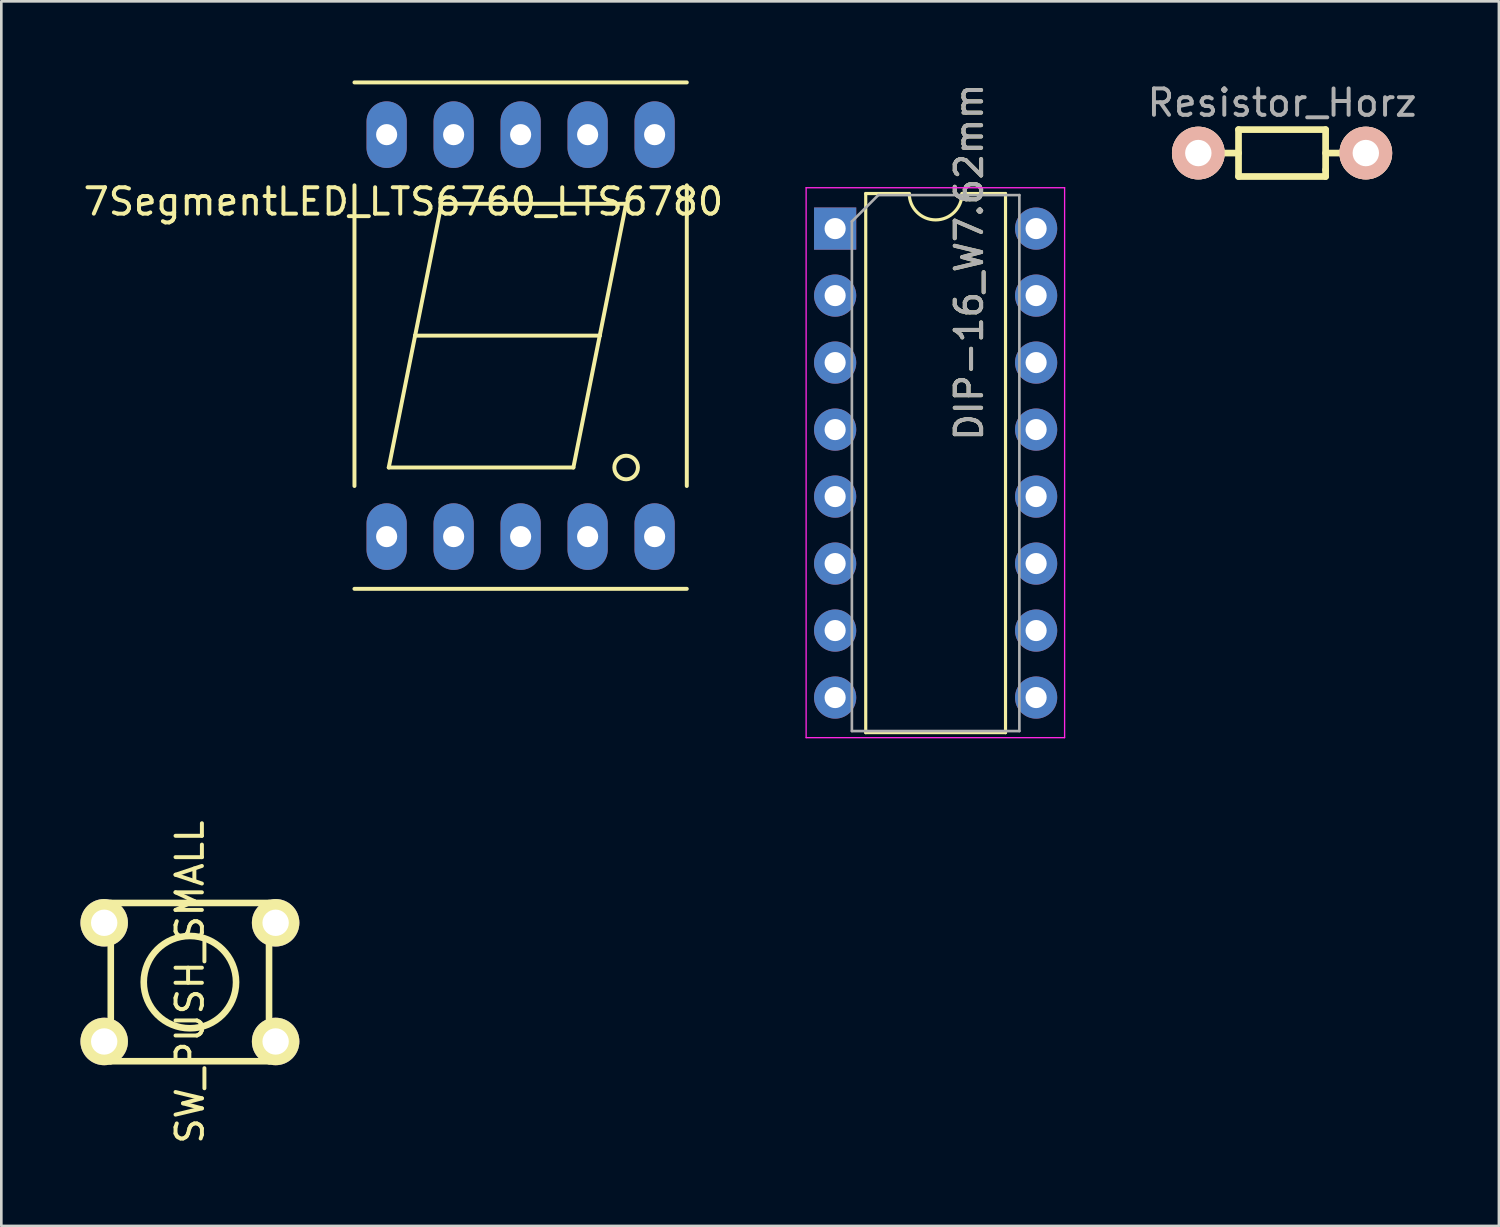
<source format=kicad_pcb>
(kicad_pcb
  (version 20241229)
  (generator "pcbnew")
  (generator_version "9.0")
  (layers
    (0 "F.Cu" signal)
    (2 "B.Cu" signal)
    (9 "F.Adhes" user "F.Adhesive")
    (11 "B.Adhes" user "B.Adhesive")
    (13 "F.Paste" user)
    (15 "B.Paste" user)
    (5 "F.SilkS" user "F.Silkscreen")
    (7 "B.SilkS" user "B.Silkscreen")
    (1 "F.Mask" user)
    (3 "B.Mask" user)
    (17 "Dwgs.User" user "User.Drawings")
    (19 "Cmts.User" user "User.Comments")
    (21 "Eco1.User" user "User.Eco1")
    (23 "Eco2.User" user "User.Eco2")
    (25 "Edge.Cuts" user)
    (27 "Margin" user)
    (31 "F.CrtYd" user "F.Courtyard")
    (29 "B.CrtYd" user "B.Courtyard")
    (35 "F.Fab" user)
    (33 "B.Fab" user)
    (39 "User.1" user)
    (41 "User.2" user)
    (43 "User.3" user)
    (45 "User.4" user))
  (footprint "SW_PUSH_SMALL"
    (layer "F.Cu")
    (at 4.15 34.186)
    (property "Reference" "SW_PUSH_SMALL" (at 0 0 90) (layer "F.SilkS") (effects (font (size 1 1) (thickness 0.15))))
    (attr through_hole)
    (fp_line (start -3 -3) (end 3 -3) (stroke (width 0.25) (type solid)) (layer "F.SilkS"))
    (fp_line (start -3 3) (end -3 -3) (stroke (width 0.25) (type solid)) (layer "F.SilkS"))
    (fp_line (start 3 -3) (end 3 3) (stroke (width 0.25) (type solid)) (layer "F.SilkS"))
    (fp_line (start 3 3) (end -3 3) (stroke (width 0.25) (type solid)) (layer "F.SilkS"))
    (fp_circle (center 0 0) (end -1.75 0) (stroke (width 0.25) (type solid)) (fill no) (layer "F.SilkS"))
    (pad "1" thru_hole circle (at -3.25 -2.25) (size 1.8 1.8) (drill 1) (layers "*.Cu" "*.Mask" "F.SilkS"))
    (pad "1" thru_hole circle (at 3.25 -2.25) (size 1.8 1.8) (drill 1) (layers "*.Cu" "*.Mask" "F.SilkS"))
    (pad "2" thru_hole circle (at -3.25 2.25) (size 1.8 1.8) (drill 1) (layers "*.Cu" "*.Mask" "F.SilkS"))
    (pad "2" thru_hole circle (at 3.25 2.25) (size 1.8 1.8) (drill 1) (layers "*.Cu" "*.Mask" "F.SilkS")))
  (footprint "7SegmentLED_LTS6760_LTS6780"
    (layer "F.Cu")
    (at 16.689 9.675)
    (property "Reference" "7SegmentLED_LTS6760_LTS6780" (at -4.445 -5.08 0) (layer "F.SilkS") (effects (font (size 1 1) (thickness 0.15))))
    (attr through_hole)
    (fp_line (start -6.3 -9.6) (end 6.3 -9.6) (stroke (width 0.15) (type solid)) (layer "F.SilkS"))
    (fp_line (start -6.3 -5.7) (end -6.3 5.7) (stroke (width 0.15) (type solid)) (layer "F.SilkS"))
    (fp_line (start -5 5) (end 2 5) (stroke (width 0.15) (type solid)) (layer "F.SilkS"))
    (fp_line (start -4 0) (end -5 5) (stroke (width 0.15) (type solid)) (layer "F.SilkS"))
    (fp_line (start -3 -5) (end -4 0) (stroke (width 0.15) (type solid)) (layer "F.SilkS"))
    (fp_line (start -3 -5) (end 4 -5) (stroke (width 0.15) (type solid)) (layer "F.SilkS"))
    (fp_line (start 2 5) (end 3 0) (stroke (width 0.15) (type solid)) (layer "F.SilkS"))
    (fp_line (start 3 0) (end -4 0) (stroke (width 0.15) (type solid)) (layer "F.SilkS"))
    (fp_line (start 4 -5) (end 3 0) (stroke (width 0.15) (type solid)) (layer "F.SilkS"))
    (fp_line (start 6.3 -5.7) (end 6.3 5.7) (stroke (width 0.15) (type solid)) (layer "F.SilkS"))
    (fp_line (start 6.3 9.6) (end -6.3 9.6) (stroke (width 0.15) (type solid)) (layer "F.SilkS"))
    (fp_circle (center 4 5) (end 4.4 5.2) (stroke (width 0.15) (type solid)) (fill no) (layer "F.SilkS"))
    (pad "1" thru_hole oval (at -5.08 7.62) (size 1.524 2.524) (drill 0.8) (layers "*.Cu" "*.Mask"))
    (pad "2" thru_hole oval (at -2.54 7.62) (size 1.524 2.524) (drill 0.8) (layers "*.Cu" "*.Mask"))
    (pad "3" thru_hole oval (at 0 7.62) (size 1.524 2.524) (drill 0.8) (layers "*.Cu" "*.Mask"))
    (pad "4" thru_hole oval (at 2.54 7.62) (size 1.524 2.524) (drill 0.8) (layers "*.Cu" "*.Mask"))
    (pad "5" thru_hole oval (at 5.08 7.62) (size 1.524 2.524) (drill 0.8) (layers "*.Cu" "*.Mask"))
    (pad "6" thru_hole oval (at 5.08 -7.62) (size 1.524 2.524) (drill 0.8) (layers "*.Cu" "*.Mask"))
    (pad "7" thru_hole oval (at 2.54 -7.62) (size 1.524 2.524) (drill 0.8) (layers "*.Cu" "*.Mask"))
    (pad "8" thru_hole oval (at 0 -7.62) (size 1.524 2.524) (drill 0.8) (layers "*.Cu" "*.Mask"))
    (pad "9" thru_hole oval (at -2.54 -7.62) (size 1.524 2.524) (drill 0.8) (layers "*.Cu" "*.Mask"))
    (pad "10" thru_hole oval (at -5.08 -7.62) (size 1.524 2.524) (drill 0.8) (layers "*.Cu" "*.Mask")))
  (footprint "Resistor_Horz"
    (layer "F.Cu")
    (at 45.558 2.753)
    (property "Reference" "Resistor_Horz" (at 0 -1.905 0) (layer "F.Fab") (effects (font (size 1 1) (thickness 0.15))))
    (attr through_hole)
    (fp_line (start -1.651 -0.889) (end 1.651 -0.889) (stroke (width 0.254) (type solid)) (layer "F.SilkS"))
    (fp_line (start -1.651 0) (end -2.413 0) (stroke (width 0.254) (type solid)) (layer "F.SilkS"))
    (fp_line (start -1.651 0.889) (end -1.651 -0.889) (stroke (width 0.254) (type solid)) (layer "F.SilkS"))
    (fp_line (start 1.651 -0.889) (end 1.651 0.635) (stroke (width 0.254) (type solid)) (layer "F.SilkS"))
    (fp_line (start 1.651 0) (end 2.413 0) (stroke (width 0.254) (type solid)) (layer "F.SilkS"))
    (fp_line (start 1.651 0.889) (end -1.651 0.889) (stroke (width 0.254) (type solid)) (layer "F.SilkS"))
    (fp_line (start 1.651 0.889) (end 1.651 0.635) (stroke (width 0.254) (type solid)) (layer "F.SilkS"))
    (pad "1" thru_hole circle (at -3.175 0) (size 1.999 1.999) (drill 1.001) (layers "*.Cu" "*.SilkS" "*.Mask"))
    (pad "2" thru_hole circle (at 3.175 0) (size 1.999 1.999) (drill 1.001) (layers "*.Cu" "*.SilkS" "*.Mask")))
  (footprint "DIP-16_W7.62mm"
    (layer "F.Cu")
    (at 28.613 5.617)
    (property "Reference" "DIP-16_W7.62mm" (at 5.08 1.27 90) (layer "F.SilkS") (effects (font (size 1 1) (thickness 0.15))))
    (attr through_hole)
    (fp_line (start 1.16 -1.33) (end 1.16 19.11) (stroke (width 0.12) (type solid)) (layer "F.SilkS"))
    (fp_line (start 1.16 19.11) (end 6.46 19.11) (stroke (width 0.12) (type solid)) (layer "F.SilkS"))
    (fp_line (start 2.81 -1.33) (end 1.16 -1.33) (stroke (width 0.12) (type solid)) (layer "F.SilkS"))
    (fp_line (start 6.46 -1.33) (end 4.81 -1.33) (stroke (width 0.12) (type solid)) (layer "F.SilkS"))
    (fp_line (start 6.46 19.11) (end 6.46 -1.33) (stroke (width 0.12) (type solid)) (layer "F.SilkS"))
    (fp_arc (start 4.81 -1.33) (mid 3.81 -0.33) (end 2.81 -1.33) (stroke (width 0.12) (type solid)) (layer "F.SilkS"))
    (fp_line (start -1.1 -1.55) (end -1.1 19.3) (stroke (width 0.05) (type solid)) (layer "F.CrtYd"))
    (fp_line (start -1.1 19.3) (end 8.7 19.3) (stroke (width 0.05) (type solid)) (layer "F.CrtYd"))
    (fp_line (start 8.7 -1.55) (end -1.1 -1.55) (stroke (width 0.05) (type solid)) (layer "F.CrtYd"))
    (fp_line (start 8.7 19.3) (end 8.7 -1.55) (stroke (width 0.05) (type solid)) (layer "F.CrtYd"))
    (fp_line (start 0.635 -0.27) (end 1.635 -1.27) (stroke (width 0.1) (type solid)) (layer "F.Fab"))
    (fp_line (start 0.635 19.05) (end 0.635 -0.27) (stroke (width 0.1) (type solid)) (layer "F.Fab"))
    (fp_line (start 1.635 -1.27) (end 6.985 -1.27) (stroke (width 0.1) (type solid)) (layer "F.Fab"))
    (fp_line (start 6.985 -1.27) (end 6.985 19.05) (stroke (width 0.1) (type solid)) (layer "F.Fab"))
    (fp_line (start 6.985 19.05) (end 0.635 19.05) (stroke (width 0.1) (type solid)) (layer "F.Fab"))
    (fp_text user "${REFERENCE}" (at 5.08 1.27 90) (layer "F.Fab") (effects (font (size 1 1) (thickness 0.15))))
    (pad "1" thru_hole rect (at 0 0) (size 1.6 1.6) (drill 0.8) (layers "*.Cu" "*.Mask"))
    (pad "2" thru_hole oval (at 0 2.54) (size 1.6 1.6) (drill 0.8) (layers "*.Cu" "*.Mask"))
    (pad "3" thru_hole oval (at 0 5.08) (size 1.6 1.6) (drill 0.8) (layers "*.Cu" "*.Mask"))
    (pad "4" thru_hole oval (at 0 7.62) (size 1.6 1.6) (drill 0.8) (layers "*.Cu" "*.Mask"))
    (pad "5" thru_hole oval (at 0 10.16) (size 1.6 1.6) (drill 0.8) (layers "*.Cu" "*.Mask"))
    (pad "6" thru_hole oval (at 0 12.7) (size 1.6 1.6) (drill 0.8) (layers "*.Cu" "*.Mask"))
    (pad "7" thru_hole oval (at 0 15.24) (size 1.6 1.6) (drill 0.8) (layers "*.Cu" "*.Mask"))
    (pad "8" thru_hole oval (at 0 17.78) (size 1.6 1.6) (drill 0.8) (layers "*.Cu" "*.Mask"))
    (pad "9" thru_hole oval (at 7.62 17.78) (size 1.6 1.6) (drill 0.8) (layers "*.Cu" "*.Mask"))
    (pad "10" thru_hole oval (at 7.62 15.24) (size 1.6 1.6) (drill 0.8) (layers "*.Cu" "*.Mask"))
    (pad "11" thru_hole oval (at 7.62 12.7) (size 1.6 1.6) (drill 0.8) (layers "*.Cu" "*.Mask"))
    (pad "12" thru_hole oval (at 7.62 10.16) (size 1.6 1.6) (drill 0.8) (layers "*.Cu" "*.Mask"))
    (pad "13" thru_hole oval (at 7.62 7.62) (size 1.6 1.6) (drill 0.8) (layers "*.Cu" "*.Mask"))
    (pad "14" thru_hole oval (at 7.62 5.08) (size 1.6 1.6) (drill 0.8) (layers "*.Cu" "*.Mask"))
    (pad "15" thru_hole oval (at 7.62 2.54) (size 1.6 1.6) (drill 0.8) (layers "*.Cu" "*.Mask"))
    (pad "16" thru_hole oval (at 7.62 0) (size 1.6 1.6) (drill 0.8) (layers "*.Cu" "*.Mask")))
  (gr_rect
    (start -3 -3)
    (end 53.779 43.43)
    (stroke (width 0.1) (type default))
    (fill no)
    (layer "Edge.Cuts")))
</source>
